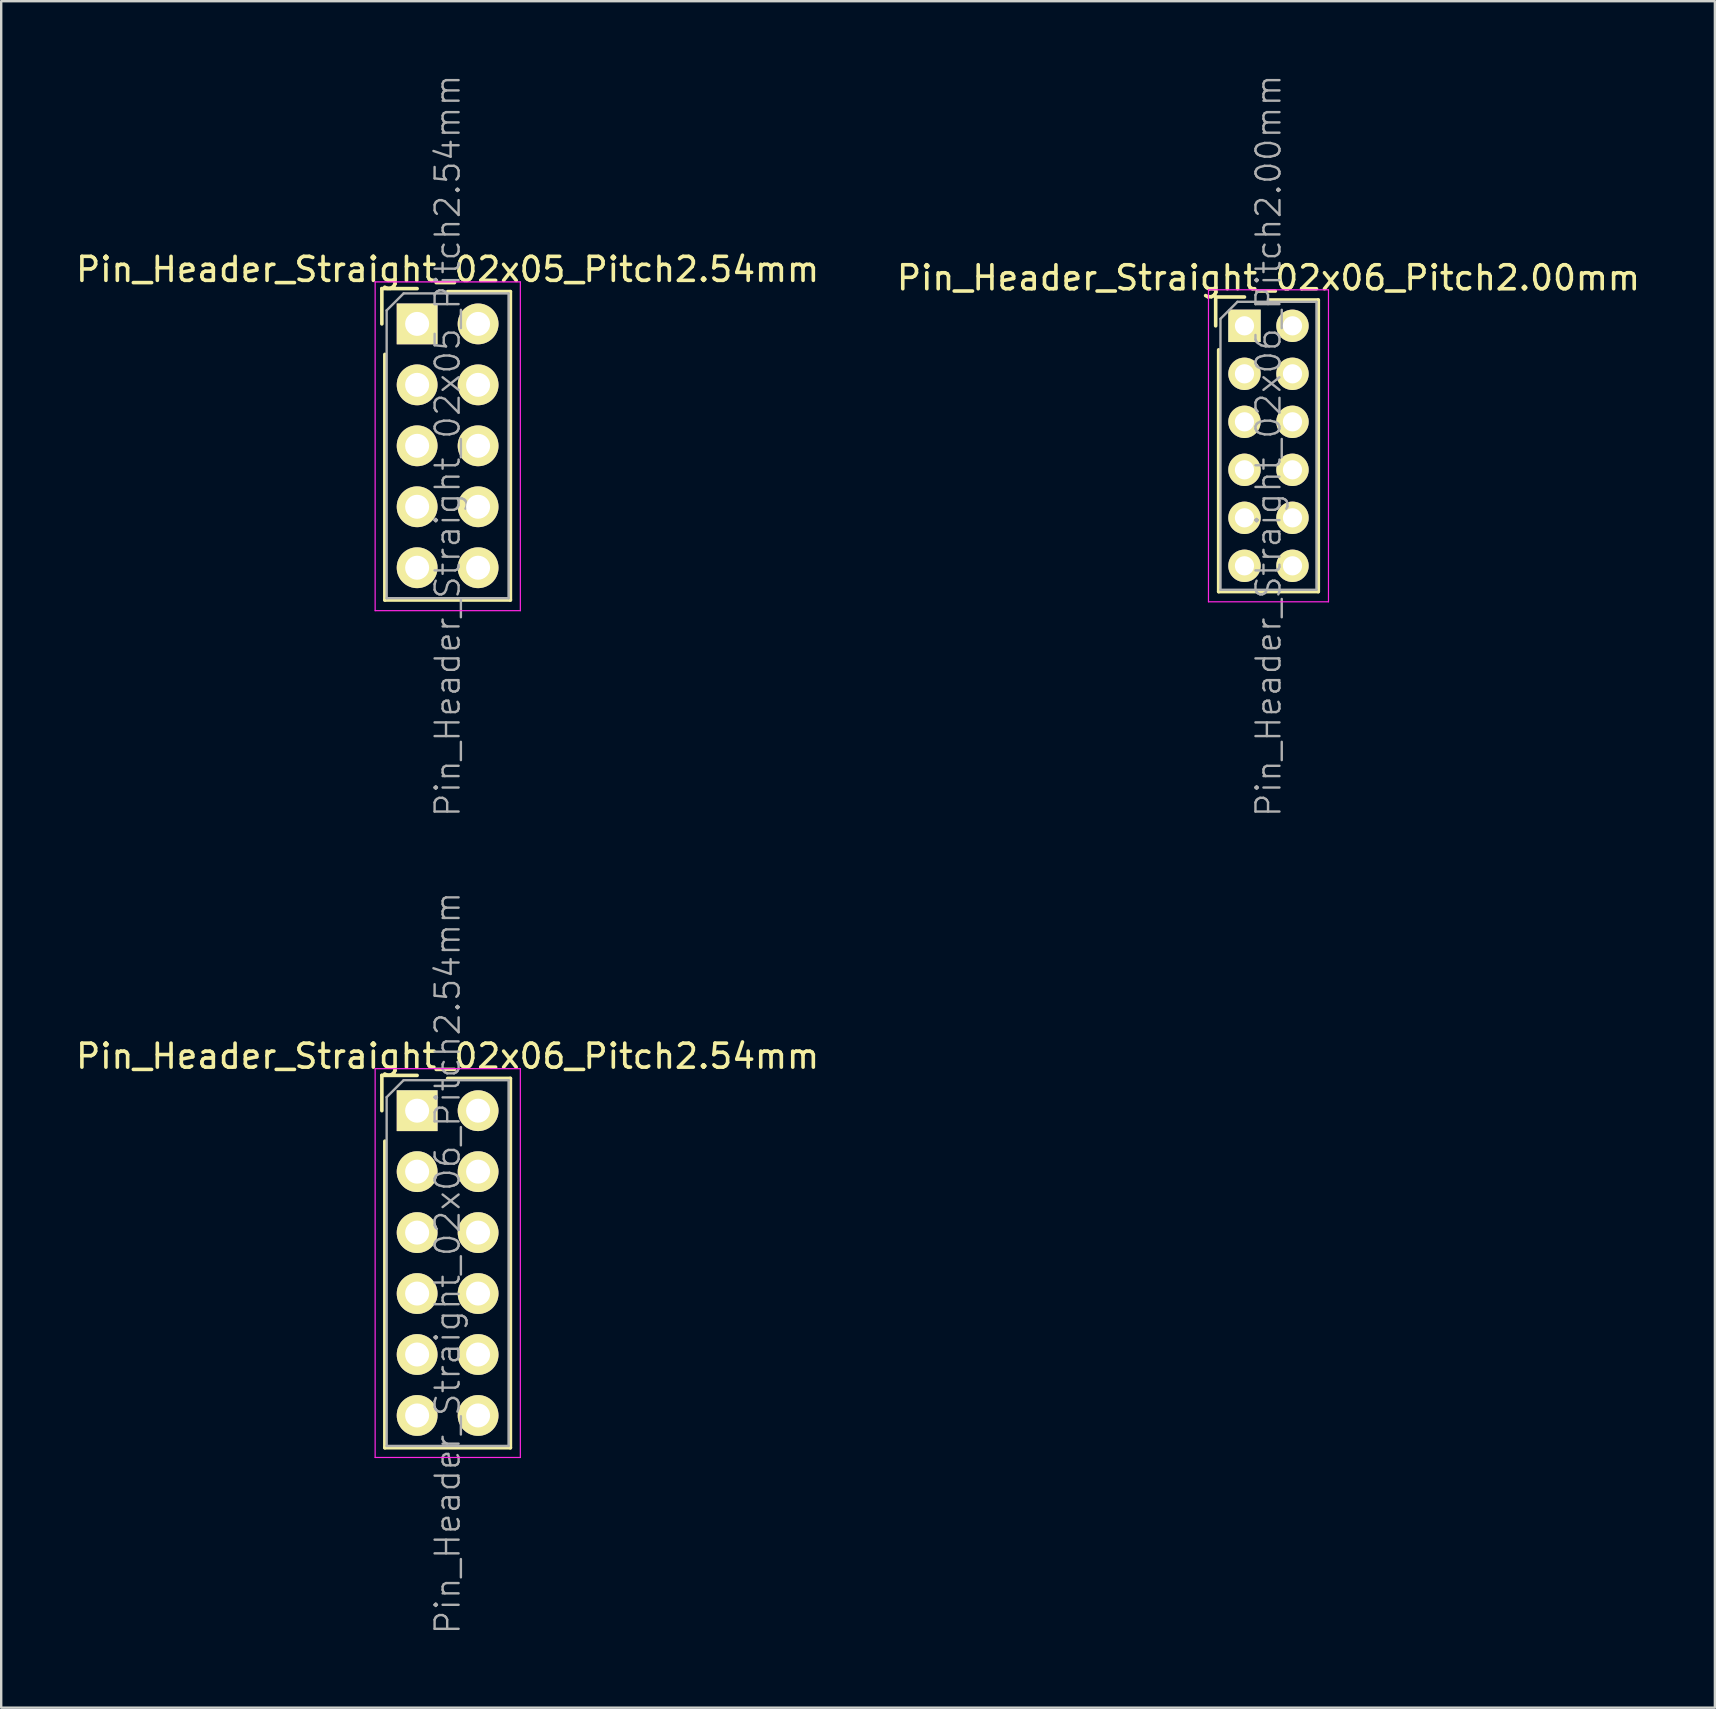
<source format=kicad_pcb>
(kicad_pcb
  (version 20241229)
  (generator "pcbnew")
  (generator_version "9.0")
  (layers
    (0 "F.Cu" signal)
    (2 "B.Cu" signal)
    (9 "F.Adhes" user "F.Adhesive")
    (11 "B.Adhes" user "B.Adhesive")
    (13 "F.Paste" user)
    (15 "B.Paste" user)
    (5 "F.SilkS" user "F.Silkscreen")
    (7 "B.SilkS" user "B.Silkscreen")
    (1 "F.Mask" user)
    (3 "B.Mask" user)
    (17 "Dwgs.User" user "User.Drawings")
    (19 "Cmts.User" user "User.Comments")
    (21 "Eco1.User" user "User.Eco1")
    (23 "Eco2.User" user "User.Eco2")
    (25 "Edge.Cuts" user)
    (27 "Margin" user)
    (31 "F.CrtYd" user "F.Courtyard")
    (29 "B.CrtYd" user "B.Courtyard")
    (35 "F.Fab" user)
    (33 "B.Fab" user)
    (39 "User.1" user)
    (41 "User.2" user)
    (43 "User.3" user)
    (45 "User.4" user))
  (footprint "Pin_Header_Straight_02x06_Pitch2.00mm"
    (layer "F.Cu")
    (at 48.804 10.526)
    (property "Reference" "Pin_Header_Straight_02x06_Pitch2.00mm" (at 1 -2 0) (layer "F.SilkS") (effects (font (size 1 1) (thickness 0.15))))
    (attr smd)
    (fp_line (start -1.2 -1.2) (end -1.2 0) (stroke (width 0.15) (type solid)) (layer "F.SilkS"))
    (fp_line (start -1.2 -1.2) (end 0 -1.2) (stroke (width 0.15) (type solid)) (layer "F.SilkS"))
    (fp_line (start -1.075 1) (end -1.075 11.075) (stroke (width 0.15) (type solid)) (layer "F.SilkS"))
    (fp_line (start -1.075 11.075) (end 3.075 11.075) (stroke (width 0.15) (type solid)) (layer "F.SilkS"))
    (fp_line (start 1 -1.075) (end 3.075 -1.075) (stroke (width 0.15) (type solid)) (layer "F.SilkS"))
    (fp_line (start 3.075 -1.075) (end 3.075 11.075) (stroke (width 0.15) (type solid)) (layer "F.SilkS"))
    (fp_line (start -1.5 -1.5) (end -1.5 11.5) (stroke (width 0.05) (type solid)) (layer "F.CrtYd"))
    (fp_line (start 3.5 -1.5) (end -1.5 -1.5) (stroke (width 0.05) (type solid)) (layer "F.CrtYd"))
    (fp_line (start 3.5 -1.5) (end 3.5 11.5) (stroke (width 0.05) (type solid)) (layer "F.CrtYd"))
    (fp_line (start 3.5 11.5) (end -1.5 11.5) (stroke (width 0.05) (type solid)) (layer "F.CrtYd"))
    (fp_line (start -1 -0.293) (end -0.293 -1) (stroke (width 0.1) (type solid)) (layer "F.Fab"))
    (fp_line (start -1 11) (end -1 -0.293) (stroke (width 0.1) (type solid)) (layer "F.Fab"))
    (fp_line (start 3 -1) (end -0.293 -1) (stroke (width 0.1) (type solid)) (layer "F.Fab"))
    (fp_line (start 3 11) (end -1 11) (stroke (width 0.1) (type solid)) (layer "F.Fab"))
    (fp_line (start 3 11) (end 3 -1) (stroke (width 0.1) (type solid)) (layer "F.Fab"))
    (fp_text user "${REFERENCE}" (at 1 5 90) (layer "F.Fab") (effects (font (size 1 1) (thickness 0.1))))
    (pad "1" thru_hole rect (at 0 0) (size 1.35 1.35) (drill 0.8) (layers "*.Cu" "*.Mask" "F.SilkS"))
    (pad "2" thru_hole oval (at 2 0) (size 1.35 1.35) (drill 0.8) (layers "*.Cu" "*.Mask" "F.SilkS"))
    (pad "3" thru_hole oval (at 0 2) (size 1.35 1.35) (drill 0.8) (layers "*.Cu" "*.Mask" "F.SilkS"))
    (pad "4" thru_hole oval (at 2 2) (size 1.35 1.35) (drill 0.8) (layers "*.Cu" "*.Mask" "F.SilkS"))
    (pad "5" thru_hole oval (at 0 4) (size 1.35 1.35) (drill 0.8) (layers "*.Cu" "*.Mask" "F.SilkS"))
    (pad "6" thru_hole oval (at 2 4) (size 1.35 1.35) (drill 0.8) (layers "*.Cu" "*.Mask" "F.SilkS"))
    (pad "7" thru_hole oval (at 0 6) (size 1.35 1.35) (drill 0.8) (layers "*.Cu" "*.Mask" "F.SilkS"))
    (pad "8" thru_hole oval (at 2 6) (size 1.35 1.35) (drill 0.8) (layers "*.Cu" "*.Mask" "F.SilkS"))
    (pad "9" thru_hole oval (at 0 8) (size 1.35 1.35) (drill 0.8) (layers "*.Cu" "*.Mask" "F.SilkS"))
    (pad "10" thru_hole oval (at 2 8) (size 1.35 1.35) (drill 0.8) (layers "*.Cu" "*.Mask" "F.SilkS"))
    (pad "11" thru_hole oval (at 0 10) (size 1.35 1.35) (drill 0.8) (layers "*.Cu" "*.Mask" "F.SilkS"))
    (pad "12" thru_hole oval (at 2 10) (size 1.35 1.35) (drill 0.8) (layers "*.Cu" "*.Mask" "F.SilkS")))
  (footprint "Pin_Header_Straight_02x05_Pitch2.54mm"
    (layer "F.Cu")
    (at 14.331 10.446)
    (property "Reference" "Pin_Header_Straight_02x05_Pitch2.54mm" (at 1.27 -2.27 0) (layer "F.SilkS") (effects (font (size 1 1) (thickness 0.15))))
    (attr smd)
    (fp_line (start -1.47 -1.47) (end -1.47 0) (stroke (width 0.15) (type solid)) (layer "F.SilkS"))
    (fp_line (start -1.47 -1.47) (end 0 -1.47) (stroke (width 0.15) (type solid)) (layer "F.SilkS"))
    (fp_line (start -1.345 1.27) (end -1.345 11.505) (stroke (width 0.15) (type solid)) (layer "F.SilkS"))
    (fp_line (start -1.345 11.505) (end 3.885 11.505) (stroke (width 0.15) (type solid)) (layer "F.SilkS"))
    (fp_line (start 1.27 -1.345) (end 3.885 -1.345) (stroke (width 0.15) (type solid)) (layer "F.SilkS"))
    (fp_line (start 3.885 -1.345) (end 3.885 11.505) (stroke (width 0.15) (type solid)) (layer "F.SilkS"))
    (fp_line (start -1.75 -1.75) (end -1.75 11.95) (stroke (width 0.05) (type solid)) (layer "F.CrtYd"))
    (fp_line (start 4.3 -1.75) (end -1.75 -1.75) (stroke (width 0.05) (type solid)) (layer "F.CrtYd"))
    (fp_line (start 4.3 -1.75) (end 4.3 11.95) (stroke (width 0.05) (type solid)) (layer "F.CrtYd"))
    (fp_line (start 4.3 11.95) (end -1.75 11.95) (stroke (width 0.05) (type solid)) (layer "F.CrtYd"))
    (fp_line (start -1.27 -0.563) (end -0.563 -1.27) (stroke (width 0.1) (type solid)) (layer "F.Fab"))
    (fp_line (start -1.27 11.43) (end -1.27 -0.563) (stroke (width 0.1) (type solid)) (layer "F.Fab"))
    (fp_line (start 3.81 -1.27) (end -0.563 -1.27) (stroke (width 0.1) (type solid)) (layer "F.Fab"))
    (fp_line (start 3.81 11.43) (end -1.27 11.43) (stroke (width 0.1) (type solid)) (layer "F.Fab"))
    (fp_line (start 3.81 11.43) (end 3.81 -1.27) (stroke (width 0.1) (type solid)) (layer "F.Fab"))
    (fp_text user "${REFERENCE}" (at 1.27 5.08 90) (layer "F.Fab") (effects (font (size 1 1) (thickness 0.1))))
    (pad "1" thru_hole rect (at 0 0) (size 1.7 1.7) (drill 1) (layers "*.Cu" "*.Mask" "F.SilkS"))
    (pad "2" thru_hole oval (at 2.54 0) (size 1.7 1.7) (drill 1) (layers "*.Cu" "*.Mask" "F.SilkS"))
    (pad "3" thru_hole oval (at 0 2.54) (size 1.7 1.7) (drill 1) (layers "*.Cu" "*.Mask" "F.SilkS"))
    (pad "4" thru_hole oval (at 2.54 2.54) (size 1.7 1.7) (drill 1) (layers "*.Cu" "*.Mask" "F.SilkS"))
    (pad "5" thru_hole oval (at 0 5.08) (size 1.7 1.7) (drill 1) (layers "*.Cu" "*.Mask" "F.SilkS"))
    (pad "6" thru_hole oval (at 2.54 5.08) (size 1.7 1.7) (drill 1) (layers "*.Cu" "*.Mask" "F.SilkS"))
    (pad "7" thru_hole oval (at 0 7.62) (size 1.7 1.7) (drill 1) (layers "*.Cu" "*.Mask" "F.SilkS"))
    (pad "8" thru_hole oval (at 2.54 7.62) (size 1.7 1.7) (drill 1) (layers "*.Cu" "*.Mask" "F.SilkS"))
    (pad "9" thru_hole oval (at 0 10.16) (size 1.7 1.7) (drill 1) (layers "*.Cu" "*.Mask" "F.SilkS"))
    (pad "10" thru_hole oval (at 2.54 10.16) (size 1.7 1.7) (drill 1) (layers "*.Cu" "*.Mask" "F.SilkS")))
  (footprint "Pin_Header_Straight_02x06_Pitch2.54mm"
    (layer "F.Cu")
    (at 14.331 43.229)
    (property "Reference" "Pin_Header_Straight_02x06_Pitch2.54mm" (at 1.27 -2.27 0) (layer "F.SilkS") (effects (font (size 1 1) (thickness 0.15))))
    (attr smd)
    (fp_line (start -1.47 -1.47) (end -1.47 0) (stroke (width 0.15) (type solid)) (layer "F.SilkS"))
    (fp_line (start -1.47 -1.47) (end 0 -1.47) (stroke (width 0.15) (type solid)) (layer "F.SilkS"))
    (fp_line (start -1.345 1.27) (end -1.345 14.045) (stroke (width 0.15) (type solid)) (layer "F.SilkS"))
    (fp_line (start -1.345 14.045) (end 3.885 14.045) (stroke (width 0.15) (type solid)) (layer "F.SilkS"))
    (fp_line (start 1.27 -1.345) (end 3.885 -1.345) (stroke (width 0.15) (type solid)) (layer "F.SilkS"))
    (fp_line (start 3.885 -1.345) (end 3.885 14.045) (stroke (width 0.15) (type solid)) (layer "F.SilkS"))
    (fp_line (start -1.75 -1.75) (end -1.75 14.45) (stroke (width 0.05) (type solid)) (layer "F.CrtYd"))
    (fp_line (start 4.3 -1.75) (end -1.75 -1.75) (stroke (width 0.05) (type solid)) (layer "F.CrtYd"))
    (fp_line (start 4.3 -1.75) (end 4.3 14.45) (stroke (width 0.05) (type solid)) (layer "F.CrtYd"))
    (fp_line (start 4.3 14.45) (end -1.75 14.45) (stroke (width 0.05) (type solid)) (layer "F.CrtYd"))
    (fp_line (start -1.27 -0.563) (end -0.563 -1.27) (stroke (width 0.1) (type solid)) (layer "F.Fab"))
    (fp_line (start -1.27 13.97) (end -1.27 -0.563) (stroke (width 0.1) (type solid)) (layer "F.Fab"))
    (fp_line (start 3.81 -1.27) (end -0.563 -1.27) (stroke (width 0.1) (type solid)) (layer "F.Fab"))
    (fp_line (start 3.81 13.97) (end -1.27 13.97) (stroke (width 0.1) (type solid)) (layer "F.Fab"))
    (fp_line (start 3.81 13.97) (end 3.81 -1.27) (stroke (width 0.1) (type solid)) (layer "F.Fab"))
    (fp_text user "${REFERENCE}" (at 1.27 6.35 90) (layer "F.Fab") (effects (font (size 1 1) (thickness 0.1))))
    (pad "1" thru_hole rect (at 0 0) (size 1.7 1.7) (drill 1) (layers "*.Cu" "*.Mask" "F.SilkS"))
    (pad "2" thru_hole oval (at 2.54 0) (size 1.7 1.7) (drill 1) (layers "*.Cu" "*.Mask" "F.SilkS"))
    (pad "3" thru_hole oval (at 0 2.54) (size 1.7 1.7) (drill 1) (layers "*.Cu" "*.Mask" "F.SilkS"))
    (pad "4" thru_hole oval (at 2.54 2.54) (size 1.7 1.7) (drill 1) (layers "*.Cu" "*.Mask" "F.SilkS"))
    (pad "5" thru_hole oval (at 0 5.08) (size 1.7 1.7) (drill 1) (layers "*.Cu" "*.Mask" "F.SilkS"))
    (pad "6" thru_hole oval (at 2.54 5.08) (size 1.7 1.7) (drill 1) (layers "*.Cu" "*.Mask" "F.SilkS"))
    (pad "7" thru_hole oval (at 0 7.62) (size 1.7 1.7) (drill 1) (layers "*.Cu" "*.Mask" "F.SilkS"))
    (pad "8" thru_hole oval (at 2.54 7.62) (size 1.7 1.7) (drill 1) (layers "*.Cu" "*.Mask" "F.SilkS"))
    (pad "9" thru_hole oval (at 0 10.16) (size 1.7 1.7) (drill 1) (layers "*.Cu" "*.Mask" "F.SilkS"))
    (pad "10" thru_hole oval (at 2.54 10.16) (size 1.7 1.7) (drill 1) (layers "*.Cu" "*.Mask" "F.SilkS"))
    (pad "11" thru_hole oval (at 0 12.7) (size 1.7 1.7) (drill 1) (layers "*.Cu" "*.Mask" "F.SilkS"))
    (pad "12" thru_hole oval (at 2.54 12.7) (size 1.7 1.7) (drill 1) (layers "*.Cu" "*.Mask" "F.SilkS")))
  (gr_rect
    (start -3 -3)
    (end 68.405 68.105)
    (stroke (width 0.1) (type default))
    (fill no)
    (layer "Edge.Cuts")))
</source>
